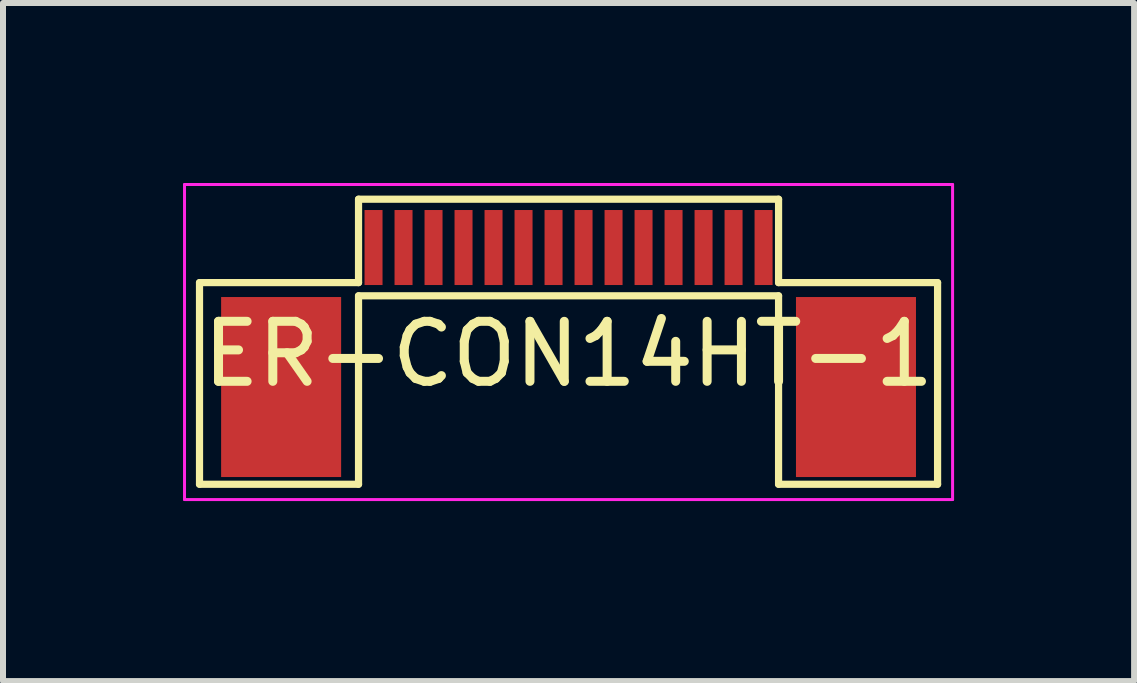
<source format=kicad_pcb>
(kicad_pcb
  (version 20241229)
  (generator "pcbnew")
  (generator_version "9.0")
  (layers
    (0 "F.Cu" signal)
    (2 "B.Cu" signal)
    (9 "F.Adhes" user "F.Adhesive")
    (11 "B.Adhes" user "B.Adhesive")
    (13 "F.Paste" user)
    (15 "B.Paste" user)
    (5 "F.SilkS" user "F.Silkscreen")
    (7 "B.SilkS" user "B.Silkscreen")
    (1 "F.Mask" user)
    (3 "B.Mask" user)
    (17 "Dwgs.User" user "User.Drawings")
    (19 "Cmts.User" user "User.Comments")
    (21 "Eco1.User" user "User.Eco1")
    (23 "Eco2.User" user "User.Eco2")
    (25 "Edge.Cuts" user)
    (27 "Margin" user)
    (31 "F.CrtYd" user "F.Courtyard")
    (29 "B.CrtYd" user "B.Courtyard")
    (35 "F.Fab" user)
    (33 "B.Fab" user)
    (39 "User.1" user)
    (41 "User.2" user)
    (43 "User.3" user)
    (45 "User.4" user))
  (footprint "ER-CON14HT-1"
    (layer "F.Cu")
    (at 6.425 1.075)
    (property "Reference" "ER-CON14HT-1" (at 0 1.775 0) (layer "F.SilkS") (effects (font (size 1 1) (thickness 0.15))))
    (attr smd)
    (fp_line (start -6.15 0.585) (end -3.5 0.585) (stroke (width 0.12) (type default)) (layer "F.SilkS"))
    (fp_line (start -6.15 3.945) (end -6.15 0.585) (stroke (width 0.12) (type default)) (layer "F.SilkS"))
    (fp_line (start -3.5 -0.805) (end 3.5 -0.805) (stroke (width 0.12) (type default)) (layer "F.SilkS"))
    (fp_line (start -3.5 0.585) (end -3.5 -0.805) (stroke (width 0.12) (type default)) (layer "F.SilkS"))
    (fp_line (start -3.5 0.805) (end -3.5 3.945) (stroke (width 0.12) (type default)) (layer "F.SilkS"))
    (fp_line (start -3.5 0.805) (end 3.5 0.805) (stroke (width 0.12) (type default)) (layer "F.SilkS"))
    (fp_line (start -3.5 3.945) (end -6.15 3.945) (stroke (width 0.12) (type default)) (layer "F.SilkS"))
    (fp_line (start 3.5 0.585) (end 3.5 -0.805) (stroke (width 0.12) (type default)) (layer "F.SilkS"))
    (fp_line (start 3.5 0.805) (end 3.5 3.945) (stroke (width 0.12) (type default)) (layer "F.SilkS"))
    (fp_line (start 3.5 3.945) (end 6.15 3.945) (stroke (width 0.12) (type default)) (layer "F.SilkS"))
    (fp_line (start 6.15 0.585) (end 3.5 0.585) (stroke (width 0.12) (type default)) (layer "F.SilkS"))
    (fp_line (start 6.15 3.945) (end 6.15 0.585) (stroke (width 0.12) (type default)) (layer "F.SilkS"))
    (fp_line (start -6.4 -1.05) (end -6.4 4.2) (stroke (width 0.05) (type default)) (layer "F.CrtYd"))
    (fp_line (start -6.4 -1.05) (end 6.4 -1.05) (stroke (width 0.05) (type default)) (layer "F.CrtYd"))
    (fp_line (start -6.4 4.2) (end 6.4 4.2) (stroke (width 0.05) (type default)) (layer "F.CrtYd"))
    (fp_line (start 6.4 -1.05) (end 6.4 4.2) (stroke (width 0.05) (type default)) (layer "F.CrtYd"))
    (pad "0" smd rect (at -4.79 2.325) (size 2 3) (layers "F.Cu" "F.Mask" "F.Paste"))
    (pad "0" smd rect (at 4.79 2.325) (size 2 3) (layers "F.Cu" "F.Mask" "F.Paste"))
    (pad "1" smd rect (at -3.25 0) (size 0.3 1.25) (layers "F.Cu" "F.Mask" "F.Paste"))
    (pad "2" smd rect (at -2.75 0) (size 0.3 1.25) (layers "F.Cu" "F.Mask" "F.Paste"))
    (pad "3" smd rect (at -2.25 0) (size 0.3 1.25) (layers "F.Cu" "F.Mask" "F.Paste"))
    (pad "4" smd rect (at -1.75 0) (size 0.3 1.25) (layers "F.Cu" "F.Mask" "F.Paste"))
    (pad "5" smd rect (at -1.25 0) (size 0.3 1.25) (layers "F.Cu" "F.Mask" "F.Paste"))
    (pad "6" smd rect (at -0.75 0) (size 0.3 1.25) (layers "F.Cu" "F.Mask" "F.Paste"))
    (pad "7" smd rect (at -0.25 0) (size 0.3 1.25) (layers "F.Cu" "F.Mask" "F.Paste"))
    (pad "8" smd rect (at 0.25 0) (size 0.3 1.25) (layers "F.Cu" "F.Mask" "F.Paste"))
    (pad "9" smd rect (at 0.75 0) (size 0.3 1.25) (layers "F.Cu" "F.Mask" "F.Paste"))
    (pad "10" smd rect (at 1.25 0) (size 0.3 1.25) (layers "F.Cu" "F.Mask" "F.Paste"))
    (pad "11" smd rect (at 1.75 0) (size 0.3 1.25) (layers "F.Cu" "F.Mask" "F.Paste"))
    (pad "12" smd rect (at 2.25 0) (size 0.3 1.25) (layers "F.Cu" "F.Mask" "F.Paste"))
    (pad "13" smd rect (at 2.75 0) (size 0.3 1.25) (layers "F.Cu" "F.Mask" "F.Paste"))
    (pad "14" smd rect (at 3.25 0) (size 0.3 1.25) (layers "F.Cu" "F.Mask" "F.Paste")))
  (gr_rect
    (start -3 -3)
    (end 15.85 8.3)
    (stroke (width 0.1) (type default))
    (fill no)
    (layer "Edge.Cuts")))
</source>
